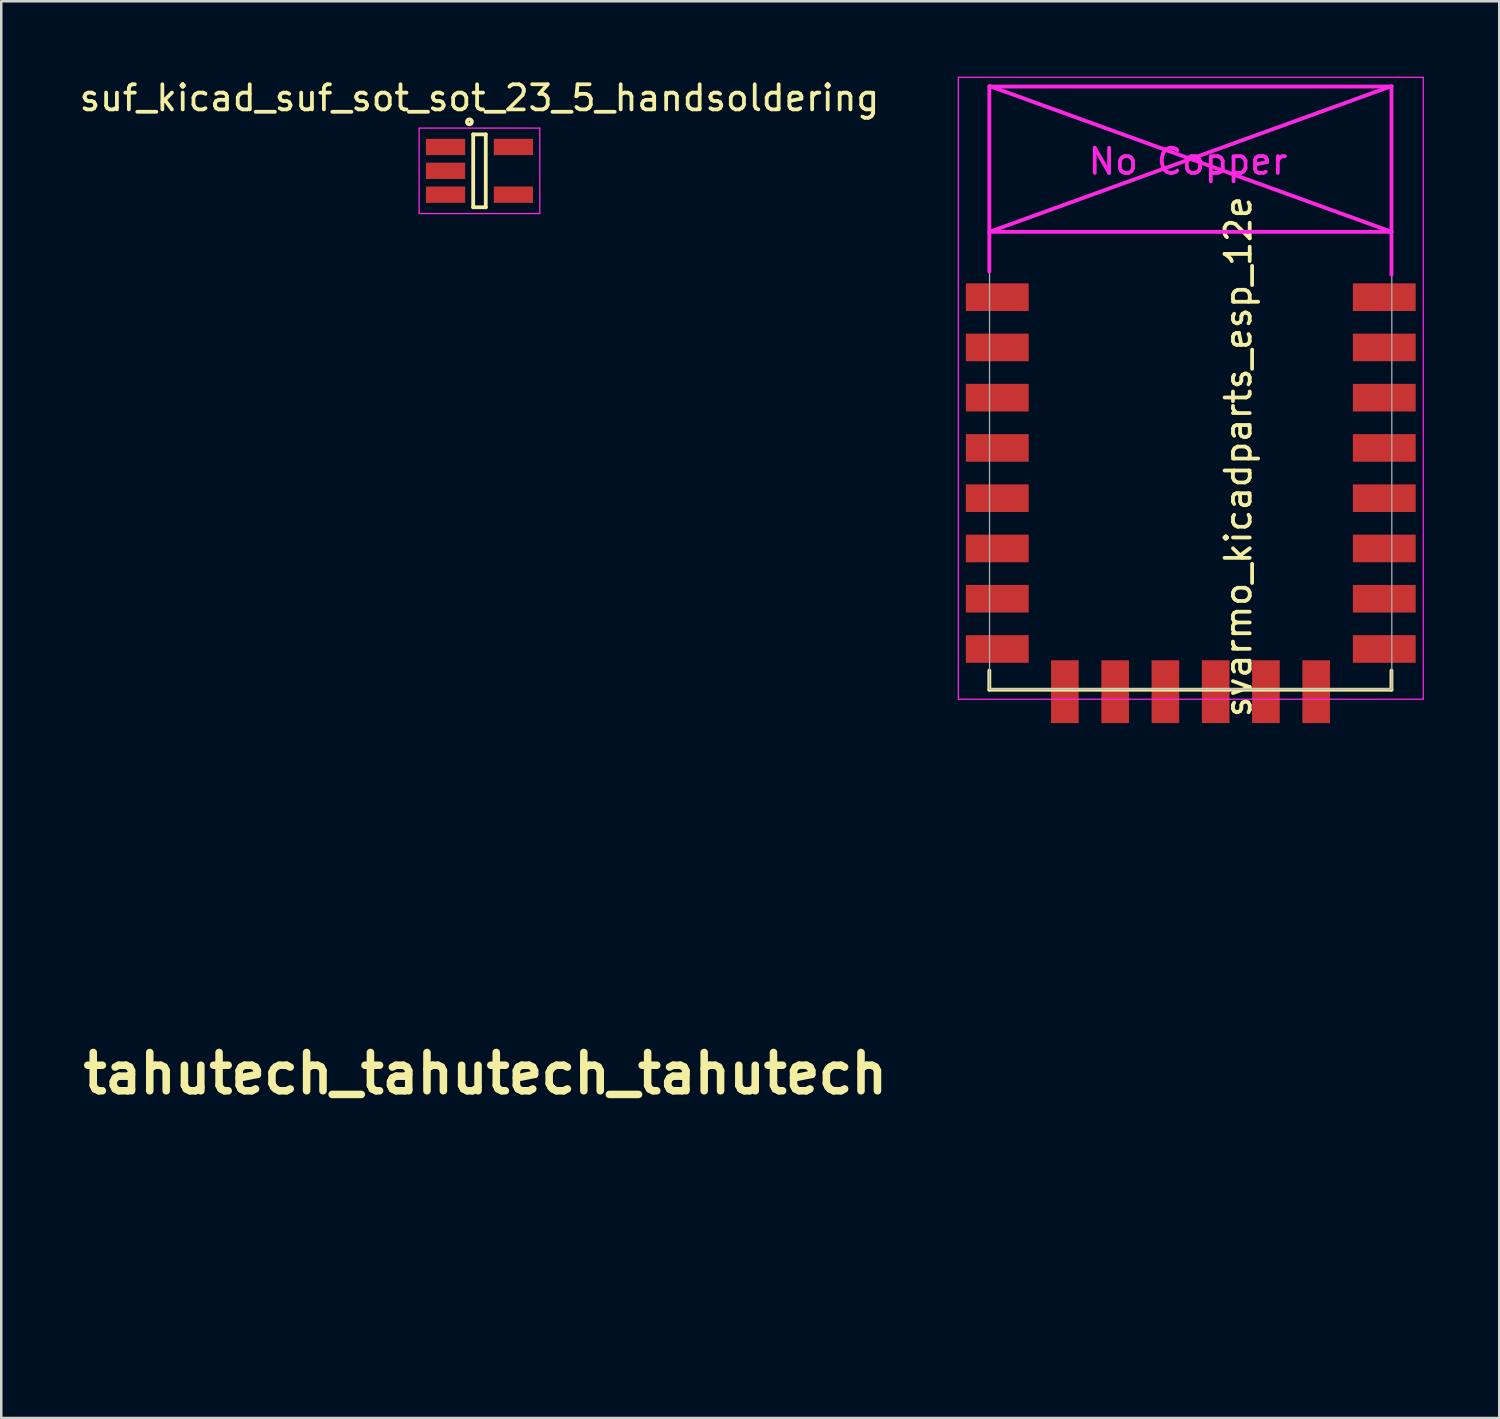
<source format=kicad_pcb>
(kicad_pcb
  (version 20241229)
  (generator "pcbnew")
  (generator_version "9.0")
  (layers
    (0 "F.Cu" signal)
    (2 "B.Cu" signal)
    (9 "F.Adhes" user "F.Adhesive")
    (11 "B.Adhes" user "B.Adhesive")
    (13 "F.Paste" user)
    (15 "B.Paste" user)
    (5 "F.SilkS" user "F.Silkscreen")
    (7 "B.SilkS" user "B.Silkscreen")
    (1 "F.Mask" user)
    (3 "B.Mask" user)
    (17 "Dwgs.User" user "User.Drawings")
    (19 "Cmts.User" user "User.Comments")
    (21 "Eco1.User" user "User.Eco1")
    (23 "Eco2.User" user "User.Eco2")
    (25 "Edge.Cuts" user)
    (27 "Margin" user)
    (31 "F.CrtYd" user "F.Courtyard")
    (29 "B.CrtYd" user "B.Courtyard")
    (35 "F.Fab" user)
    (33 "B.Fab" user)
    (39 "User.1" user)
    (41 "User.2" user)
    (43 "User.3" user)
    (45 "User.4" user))
  (footprint "tahutech_tahutech_tahutech"
    (layer "F.Cu")
    (at 16.263 39.666)
    (property "Reference" "tahutech_tahutech_tahutech" (at 0 0 0) (layer "F.SilkS") (effects (font (size 1.524 1.524) (thickness 0.3))))
    (attr through_hole)
    (fp_poly (pts (xy 4.833 -9.364) (xy 4.602 -8.85) (xy 4.419 -8.693) (xy 4.039 -8.277) (xy 4.093 -7.716) (xy 4.264 -7.306) (xy 4.463 -6.426) (xy 4.358 -5.564) (xy 4.031 -4.896) (xy 3.566 -4.595) (xy 3.078 -4.801) (xy 3.07 -5.228) (xy 3.281 -5.682) (xy 3.515 -6.392) (xy 3.243 -7.078) (xy 2.966 -8.092) (xy 3.303 -9.035) (xy 3.883 -9.526) (xy 4.546 -9.664) (xy 4.833 -9.364)) (stroke (width 0.01) (type solid)) (fill no) (layer "Eco2.User"))
    (fp_poly (pts (xy 3.116 -1.874) (xy 3.094 -1.697) (xy 2.656 -1.132) (xy 1.834 -0.501) (xy 0.901 0.001) (xy 0.529 0.131) (xy -0.287 0.128) (xy -1.235 -0.139) (xy -2.21 -0.682) (xy -2.833 -1.262) (xy -2.988 -1.751) (xy -2.847 -1.925) (xy -2.35 -1.885) (xy -1.602 -1.493) (xy -1.479 -1.405) (xy -0.318 -0.899) (xy 0.847 -0.978) (xy 1.793 -1.622) (xy 2.321 -2.01) (xy 2.848 -2.099) (xy 3.116 -1.874)) (stroke (width 0.01) (type solid)) (fill no) (layer "Eco2.User"))
    (fp_poly (pts (xy -3.04 -9.531) (xy -2.964 -9.075) (xy -3.329 -8.703) (xy -3.751 -8.308) (xy -3.715 -7.881) (xy -3.412 -7.374) (xy -3.051 -6.598) (xy -3.179 -5.876) (xy -3.277 -5.668) (xy -3.757 -4.979) (xy -4.236 -4.658) (xy -4.546 -4.786) (xy -4.586 -5.015) (xy -4.355 -5.694) (xy -4.2 -5.889) (xy -4.041 -6.387) (xy -4.399 -7.166) (xy -4.426 -7.207) (xy -4.807 -7.876) (xy -4.77 -8.344) (xy -4.277 -8.95) (xy -4.217 -9.014) (xy -3.499 -9.588) (xy -3.04 -9.531)) (stroke (width 0.01) (type solid)) (fill no) (layer "Eco2.User"))
    (fp_poly (pts (xy 1.042 -10.715) (xy 0.934 -10.217) (xy 0.483 -9.711) (xy 0.122 -9.36) (xy 0.167 -8.945) (xy 0.523 -8.349) (xy 0.919 -7.638) (xy 0.895 -7.106) (xy 0.562 -6.526) (xy -0.02 -5.848) (xy -0.484 -5.663) (xy -0.702 -6.014) (xy -0.706 -6.103) (xy -0.476 -6.752) (xy -0.32 -6.947) (xy -0.154 -7.452) (xy -0.501 -8.198) (xy -0.85 -8.84) (xy -0.791 -9.343) (xy -0.332 -10) (xy 0.257 -10.638) (xy 0.705 -10.934) (xy 0.731 -10.936) (xy 1.042 -10.715)) (stroke (width 0.01) (type solid)) (fill no) (layer "Eco2.User"))
    (fp_poly (pts (xy -5.107 -0.909) (xy -4.373 -0.588) (xy -3.163 0.001) (xy -2.652 0.254) (xy 0 1.566) (xy 2.695 0.232) (xy 4.263 -0.481) (xy 5.291 -0.803) (xy 5.738 -0.753) (xy 5.589 -0.476) (xy 4.956 0.006) (xy 3.994 0.606) (xy 2.863 1.236) (xy 1.718 1.81) (xy 0.719 2.241) (xy 0.022 2.444) (xy -0.08 2.448) (xy -0.59 2.288) (xy -1.542 1.879) (xy -2.754 1.303) (xy -3.087 1.137) (xy -4.275 0.485) (xy -5.169 -0.105) (xy -5.619 -0.53) (xy -5.644 -0.606) (xy -5.624 -0.884) (xy -5.485 -0.997) (xy -5.107 -0.909)) (stroke (width 0.01) (type solid)) (fill no) (layer "Eco2.User"))
    (fp_poly (pts (xy -6.778 -5.038) (xy -6.82 -4.788) (xy -6.747 -4.167) (xy -6.505 -3.863) (xy -6.069 -3.27) (xy -5.997 -2.967) (xy -5.713 -2.862) (xy -4.868 -3.164) (xy -3.477 -3.867) (xy -3.44 -3.888) (xy -2.132 -4.543) (xy -0.956 -5.034) (xy -0.125 -5.272) (xy 0 -5.282) (xy 0.72 -5.117) (xy 1.833 -4.679) (xy 3.124 -4.057) (xy 3.41 -3.903) (xy 4.664 -3.233) (xy 5.458 -2.871) (xy 5.945 -2.781) (xy 6.279 -2.928) (xy 6.52 -3.168) (xy 6.931 -3.848) (xy 6.991 -4.297) (xy 7.07 -4.809) (xy 7.472 -4.868) (xy 7.919 -4.464) (xy 8.055 -3.836) (xy 7.7 -3.316) (xy 7.328 -2.538) (xy 7.44 -1.67) (xy 7.938 -0.973) (xy 8.678 -0.706) (xy 9.166 -0.649) (xy 9.418 -0.366) (xy 9.512 0.318) (xy 9.525 1.211) (xy 9.5 2.318) (xy 9.369 2.905) (xy 9.045 3.156) (xy 8.582 3.24) (xy 7.727 3.639) (xy 7.239 4.427) (xy 7.215 5.348) (xy 7.543 5.951) (xy 7.826 6.354) (xy 7.781 6.746) (xy 7.333 7.308) (xy 6.771 7.871) (xy 5.903 8.692) (xy 5.358 9.07) (xy 4.964 9.063) (xy 4.547 8.73) (xy 4.467 8.65) (xy 3.722 8.325) (xy 2.843 8.457) (xy 2.101 8.939) (xy 1.765 9.664) (xy 1.764 9.715) (xy 1.715 10.3) (xy 1.462 10.608) (xy 0.843 10.705) (xy -0.302 10.661) (xy -0.441 10.652) (xy -1.46 10.548) (xy -1.955 10.339) (xy -2.11 9.922) (xy -2.117 9.708) (xy -2.38 8.965) (xy -3.014 8.378) (xy -3.786 8.077) (xy -4.464 8.19) (xy -4.615 8.325) (xy -5.149 8.746) (xy -5.754 8.676) (xy -6.557 8.076) (xy -7.048 7.592) (xy -7.745 6.841) (xy -7.928 6.513) (xy -6.952 6.513) (xy -6.509 7.062) (xy -6.359 7.223) (xy -5.763 7.793) (xy -5.361 7.88) (xy -4.887 7.538) (xy -4.874 7.526) (xy -4.194 7.137) (xy -3.436 7.319) (xy -2.55 7.703) (xy -2.028 7.894) (xy -1.526 8.39) (xy -1.411 8.985) (xy -1.321 9.588) (xy -0.911 9.835) (xy -0.176 9.878) (xy 0.672 9.8) (xy 1.016 9.494) (xy 1.058 9.158) (xy 1.319 8.544) (xy 2.161 7.972) (xy 2.558 7.789) (xy 3.512 7.414) (xy 4.086 7.342) (xy 4.529 7.561) (xy 4.678 7.686) (xy 5.153 8.003) (xy 5.592 7.9) (xy 6.186 7.397) (xy 6.759 6.812) (xy 6.849 6.433) (xy 6.498 5.988) (xy 6.408 5.898) (xy 6.049 5.582) (xy 5.681 5.47) (xy 5.139 5.594) (xy 4.261 5.985) (xy 3.233 6.497) (xy 1.966 7.096) (xy 0.881 7.539) (xy 0.177 7.746) (xy 0.097 7.752) (xy -0.492 7.589) (xy -1.507 7.162) (xy -2.76 6.555) (xy -3.167 6.343) (xy -4.453 5.669) (xy -5.272 5.295) (xy -5.781 5.186) (xy -6.136 5.309) (xy -6.495 5.632) (xy -6.5 5.638) (xy -6.941 6.133) (xy -6.952 6.513) (xy -7.928 6.513) (xy -8.003 6.378) (xy -7.881 5.996) (xy -7.6 5.661) (xy -7.19 5.065) (xy -7.204 4.44) (xy -7.405 3.89) (xy -7.942 3.066) (xy -8.686 2.822) (xy -9.167 2.766) (xy -9.418 2.482) (xy -9.512 1.798) (xy -9.525 0.882) (xy -8.819 0.882) (xy -8.754 1.717) (xy -8.457 2.059) (xy -7.938 2.117) (xy -7.756 2.089) (xy -6.272 2.089) (xy -6.195 3.011) (xy -6.088 3.386) (xy -5.608 3.79) (xy -4.675 4.383) (xy -3.476 5.064) (xy -2.2 5.733) (xy -1.036 6.291) (xy -0.171 6.635) (xy 0.123 6.698) (xy 0.717 6.543) (xy 1.746 6.127) (xy 3.027 5.524) (xy 3.577 5.245) (xy 6.379 3.787) (xy 6.276 1.29) (xy 6.274 1.235) (xy 7.408 1.235) (xy 7.487 2.086) (xy 7.795 2.429) (xy 8.114 2.469) (xy 8.6 2.331) (xy 8.796 1.792) (xy 8.819 1.235) (xy 8.741 0.384) (xy 8.432 0.04) (xy 8.114 0) (xy 7.628 0.138) (xy 7.431 0.677) (xy 7.408 1.235) (xy 6.274 1.235) (xy 6.174 -1.207) (xy 3.528 -2.708) (xy 2.209 -3.4) (xy 1.021 -3.924) (xy 0.168 -4.192) (xy 0 -4.21) (xy -0.706 -4.04) (xy -1.81 -3.588) (xy -3.109 -2.94) (xy -3.528 -2.709) (xy -6.174 -1.207) (xy -6.265 0.896) (xy -6.272 2.089) (xy -7.756 2.089) (xy -7.341 2.024) (xy -7.097 1.609) (xy -7.056 0.882) (xy -7.121 0.047) (xy -7.418 -0.295) (xy -7.938 -0.353) (xy -8.534 -0.261) (xy -8.778 0.155) (xy -8.819 0.882) (xy -9.525 0.882) (xy -9.502 -0.23) (xy -9.38 -0.808) (xy -9.083 -1.027) (xy -8.652 -1.058) (xy -7.797 -1.353) (xy -7.261 -2.061) (xy -6.941 -2.809) (xy -7.013 -3.282) (xy -7.3 -3.621) (xy -7.635 -4.271) (xy -7.568 -4.922) (xy -7.145 -5.281) (xy -7.029 -5.292) (xy -6.778 -5.038)) (stroke (width 0.01) (type solid)) (fill no) (layer "Eco2.User")))
  (footprint "svarmo_kicadparts_esp_12e"
    (layer "F.Cu")
    (at 44.285 15.125)
    (property "Reference" "svarmo_kicadparts_esp_12e" (at 1.94 0 90) (layer "F.SilkS") (effects (font (size 1 1) (thickness 0.15))))
    (attr through_hole)
    (fp_line (start -7.966 8.509) (end -7.966 9.271) (stroke (width 0.152) (type solid)) (layer "F.SilkS"))
    (fp_line (start -7.966 9.271) (end 8.036 9.271) (stroke (width 0.152) (type solid)) (layer "F.SilkS"))
    (fp_line (start 8.036 9.271) (end 8.036 8.509) (stroke (width 0.152) (type solid)) (layer "F.SilkS"))
    (fp_line (start -9.2 -15.1) (end 8.3 -15.1) (stroke (width 0.05) (type solid)) (layer "F.CrtYd"))
    (fp_line (start -9.2 -6.85) (end -9.2 -15.1) (stroke (width 0.05) (type solid)) (layer "F.CrtYd"))
    (fp_line (start -9.2 9.65) (end -9.2 -6.85) (stroke (width 0.05) (type solid)) (layer "F.CrtYd"))
    (fp_line (start -7.966 -14.732) (end -7.966 -7.366) (stroke (width 0.152) (type solid)) (layer "F.CrtYd"))
    (fp_line (start -7.966 -14.732) (end 8.036 -14.732) (stroke (width 0.152) (type solid)) (layer "F.CrtYd"))
    (fp_line (start -7.958 -14.75) (end 8.042 -8.95) (stroke (width 0.152) (type solid)) (layer "F.CrtYd"))
    (fp_line (start -7.958 -8.95) (end 8.042 -8.95) (stroke (width 0.152) (type solid)) (layer "F.CrtYd"))
    (fp_line (start 8.036 -14.732) (end 8.036 -7.239) (stroke (width 0.152) (type solid)) (layer "F.CrtYd"))
    (fp_line (start 8.042 -14.75) (end -7.958 -8.95) (stroke (width 0.152) (type solid)) (layer "F.CrtYd"))
    (fp_line (start 8.3 -15.1) (end 9.3 -15.1) (stroke (width 0.05) (type solid)) (layer "F.CrtYd"))
    (fp_line (start 9.3 -15.1) (end 9.3 9.65) (stroke (width 0.05) (type solid)) (layer "F.CrtYd"))
    (fp_line (start 9.3 9.65) (end -9.2 9.65) (stroke (width 0.05) (type solid)) (layer "F.CrtYd"))
    (fp_line (start -7.958 -14.75) (end 8.042 -14.75) (stroke (width 0.05) (type solid)) (layer "F.Fab"))
    (fp_line (start -7.958 9.25) (end -7.958 -14.75) (stroke (width 0.05) (type solid)) (layer "F.Fab"))
    (fp_line (start 8.042 9.25) (end -7.958 9.25) (stroke (width 0.05) (type solid)) (layer "F.Fab"))
    (fp_line (start 8.05 -14.75) (end 8.05 9.25) (stroke (width 0.05) (type solid)) (layer "F.Fab"))
    (fp_text user "No Copper" (at -0.058 -11.75 0) (layer "F.CrtYd") (effects (font (size 1 1) (thickness 0.15))))
    (pad "1" smd rect (at -6.95 -6.35) (size 2.5 1.1) (drill (offset -0.7 0)) (layers "F.Cu" "F.Mask" "F.Paste"))
    (pad "2" smd rect (at -6.95 -4.35) (size 2.5 1.1) (drill (offset -0.7 0)) (layers "F.Cu" "F.Mask" "F.Paste"))
    (pad "3" smd rect (at -6.95 -2.35) (size 2.5 1.1) (drill (offset -0.7 0)) (layers "F.Cu" "F.Mask" "F.Paste"))
    (pad "4" smd rect (at -6.95 -0.35) (size 2.5 1.1) (drill (offset -0.7 0)) (layers "F.Cu" "F.Mask" "F.Paste"))
    (pad "5" smd rect (at -6.95 1.65) (size 2.5 1.1) (drill (offset -0.7 0)) (layers "F.Cu" "F.Mask" "F.Paste"))
    (pad "6" smd rect (at -6.95 3.65) (size 2.5 1.1) (drill (offset -0.7 0)) (layers "F.Cu" "F.Mask" "F.Paste"))
    (pad "7" smd rect (at -6.95 5.65) (size 2.5 1.1) (drill (offset -0.7 0)) (layers "F.Cu" "F.Mask" "F.Paste"))
    (pad "8" smd rect (at -6.95 7.65) (size 2.5 1.1) (drill (offset -0.7 0)) (layers "F.Cu" "F.Mask" "F.Paste"))
    (pad "9" smd rect (at 7.05 7.65) (size 2.5 1.1) (drill (offset 0.7 0)) (layers "F.Cu" "F.Mask" "F.Paste"))
    (pad "10" smd rect (at 7.05 5.65) (size 2.5 1.1) (drill (offset 0.7 0)) (layers "F.Cu" "F.Mask" "F.Paste"))
    (pad "11" smd rect (at 7.05 3.65) (size 2.5 1.1) (drill (offset 0.7 0)) (layers "F.Cu" "F.Mask" "F.Paste"))
    (pad "12" smd rect (at 7.05 1.65) (size 2.5 1.1) (drill (offset 0.7 0)) (layers "F.Cu" "F.Mask" "F.Paste"))
    (pad "13" smd rect (at 7.05 -0.35) (size 2.5 1.1) (drill (offset 0.7 0)) (layers "F.Cu" "F.Mask" "F.Paste"))
    (pad "14" smd rect (at 7.05 -2.35) (size 2.5 1.1) (drill (offset 0.7 0)) (layers "F.Cu" "F.Mask" "F.Paste"))
    (pad "15" smd rect (at 7.05 -4.35) (size 2.5 1.1) (drill (offset 0.7 0)) (layers "F.Cu" "F.Mask" "F.Paste"))
    (pad "16" smd rect (at 7.05 -6.35) (size 2.5 1.1) (drill (offset 0.7 0)) (layers "F.Cu" "F.Mask" "F.Paste"))
    (pad "17" smd rect (at -4.96 8.65 90) (size 2.5 1.1) (drill (offset -0.7 0)) (layers "F.Cu" "F.Mask" "F.Paste"))
    (pad "18" smd rect (at -2.96 8.65 90) (size 2.5 1.1) (drill (offset -0.7 0)) (layers "F.Cu" "F.Mask" "F.Paste"))
    (pad "19" smd rect (at -0.96 8.65 90) (size 2.5 1.1) (drill (offset -0.7 0)) (layers "F.Cu" "F.Mask" "F.Paste"))
    (pad "20" smd rect (at 1.04 8.65 90) (size 2.5 1.1) (drill (offset -0.7 0)) (layers "F.Cu" "F.Mask" "F.Paste"))
    (pad "21" smd rect (at 3.04 8.65 90) (size 2.5 1.1) (drill (offset -0.7 0)) (layers "F.Cu" "F.Mask" "F.Paste"))
    (pad "22" smd rect (at 5.04 8.65 90) (size 2.5 1.1) (drill (offset -0.7 0)) (layers "F.Cu" "F.Mask" "F.Paste")))
  (footprint "suf_kicad_suf_sot_sot_23_5_handsoldering"
    (layer "F.Cu")
    (at 16.03 3.748)
    (property "Reference" "suf_kicad_suf_sot_sot_23_5_handsoldering" (at 0 -2.9 0) (layer "F.SilkS") (effects (font (size 1 1) (thickness 0.15))))
    (attr smd)
    (fp_line (start -0.25 -1.45) (end -0.25 1.45) (stroke (width 0.15) (type solid)) (layer "F.SilkS"))
    (fp_line (start -0.25 1.45) (end 0.25 1.45) (stroke (width 0.15) (type solid)) (layer "F.SilkS"))
    (fp_line (start 0.25 -1.45) (end -0.25 -1.45) (stroke (width 0.15) (type solid)) (layer "F.SilkS"))
    (fp_line (start 0.25 1.45) (end 0.25 -1.45) (stroke (width 0.15) (type solid)) (layer "F.SilkS"))
    (fp_circle (center -0.4 -1.95) (end -0.3 -1.95) (stroke (width 0.15) (type solid)) (fill no) (layer "F.SilkS"))
    (fp_line (start -2.4 -1.7) (end 2.4 -1.7) (stroke (width 0.05) (type solid)) (layer "F.CrtYd"))
    (fp_line (start -2.4 1.7) (end -2.4 -1.7) (stroke (width 0.05) (type solid)) (layer "F.CrtYd"))
    (fp_line (start 2.4 -1.7) (end 2.4 1.7) (stroke (width 0.05) (type solid)) (layer "F.CrtYd"))
    (fp_line (start 2.4 1.7) (end -2.4 1.7) (stroke (width 0.05) (type solid)) (layer "F.CrtYd"))
    (pad "1" smd rect (at -1.35 -0.95) (size 1.56 0.65) (layers "F.Cu" "F.Mask" "F.Paste"))
    (pad "2" smd rect (at -1.35 0) (size 1.56 0.65) (layers "F.Cu" "F.Mask" "F.Paste"))
    (pad "3" smd rect (at -1.35 0.95) (size 1.56 0.65) (layers "F.Cu" "F.Mask" "F.Paste"))
    (pad "4" smd rect (at 1.35 0.95) (size 1.56 0.65) (layers "F.Cu" "F.Mask" "F.Paste"))
    (pad "5" smd rect (at 1.35 -0.95) (size 1.56 0.65) (layers "F.Cu" "F.Mask" "F.Paste")))
  (gr_rect
    (start -3 -3)
    (end 56.61 53.376)
    (stroke (width 0.1) (type default))
    (fill no)
    (layer "Edge.Cuts")))
</source>
